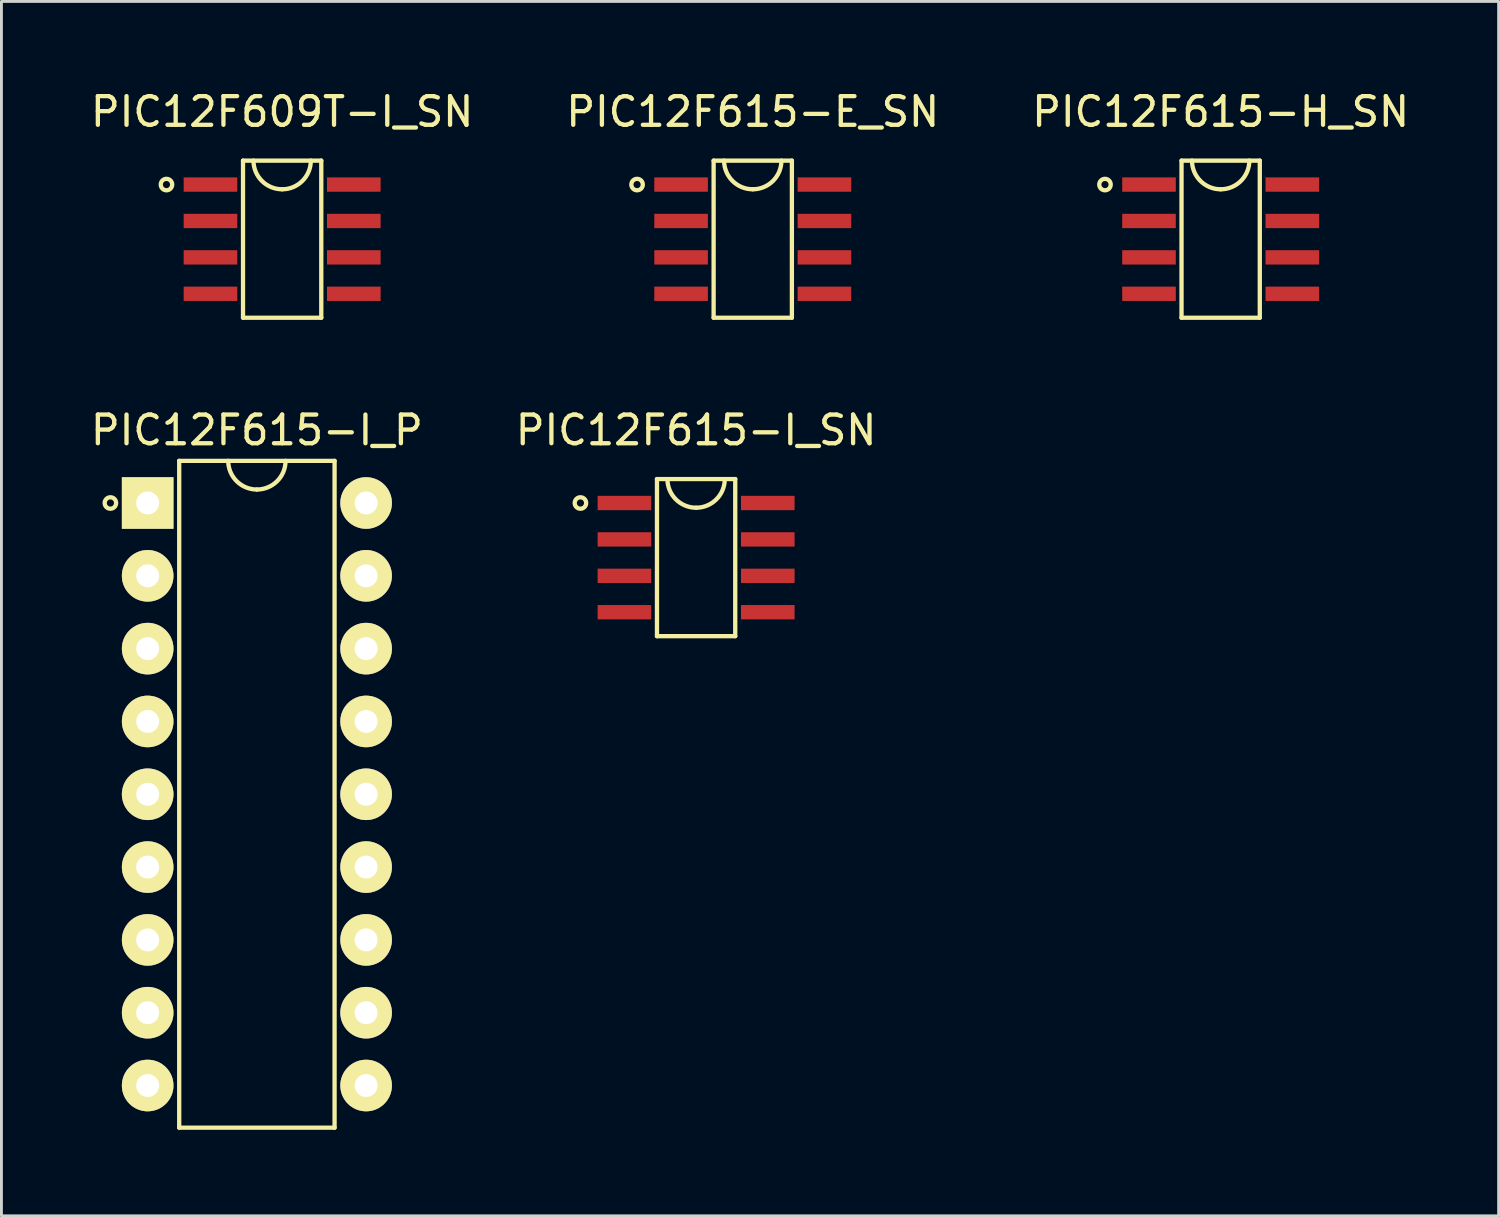
<source format=kicad_pcb>
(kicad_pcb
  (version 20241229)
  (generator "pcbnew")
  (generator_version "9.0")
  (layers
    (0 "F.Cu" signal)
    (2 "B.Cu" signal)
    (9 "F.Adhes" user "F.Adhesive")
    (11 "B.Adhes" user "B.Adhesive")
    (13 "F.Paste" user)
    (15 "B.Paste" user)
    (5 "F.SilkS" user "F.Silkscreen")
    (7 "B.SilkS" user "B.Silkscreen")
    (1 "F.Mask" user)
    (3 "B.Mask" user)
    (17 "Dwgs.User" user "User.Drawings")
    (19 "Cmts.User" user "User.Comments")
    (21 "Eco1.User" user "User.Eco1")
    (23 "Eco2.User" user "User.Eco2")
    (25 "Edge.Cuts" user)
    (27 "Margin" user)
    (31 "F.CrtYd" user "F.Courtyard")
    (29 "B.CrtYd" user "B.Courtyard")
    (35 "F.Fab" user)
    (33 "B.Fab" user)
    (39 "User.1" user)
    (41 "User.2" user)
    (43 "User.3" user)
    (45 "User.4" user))
  (footprint "PIC12F615-I_SN"
    (layer "F.Cu")
    (at 18.732 14.496)
    (property "Reference" "PIC12F615-I_SN" (at 2.5 -2.54 0) (layer "F.SilkS") (effects (font (size 1 1) (thickness 0.15))))
    (attr through_hole)
    (fp_line (start 1.135 -0.835) (end 3.865 -0.835) (stroke (width 0.15) (type solid)) (layer "F.SilkS"))
    (fp_line (start 1.135 4.645) (end 1.135 -0.835) (stroke (width 0.15) (type solid)) (layer "F.SilkS"))
    (fp_line (start 3.865 -0.835) (end 3.865 4.645) (stroke (width 0.15) (type solid)) (layer "F.SilkS"))
    (fp_line (start 3.865 4.645) (end 1.135 4.645) (stroke (width 0.15) (type solid)) (layer "F.SilkS"))
    (fp_arc (start 2.5 0.165) (mid 1.792893 -0.127893) (end 1.5 -0.835) (stroke (width 0.15) (type solid)) (layer "F.SilkS"))
    (fp_arc (start 3.5 -0.835) (mid 3.207107 -0.127893) (end 2.5 0.165) (stroke (width 0.15) (type solid)) (layer "F.SilkS"))
    (fp_circle (center -1.535 0) (end -1.535 0.2) (stroke (width 0.15) (type solid)) (fill no) (layer "F.SilkS"))
    (pad "1" smd rect (at 0 0) (size 1.87 0.5) (layers "F.Cu" "F.Mask" "F.Paste"))
    (pad "2" smd rect (at 0 1.27) (size 1.87 0.5) (layers "F.Cu" "F.Mask" "F.Paste"))
    (pad "3" smd rect (at 0 2.54) (size 1.87 0.5) (layers "F.Cu" "F.Mask" "F.Paste"))
    (pad "4" smd rect (at 0 3.81) (size 1.87 0.5) (layers "F.Cu" "F.Mask" "F.Paste"))
    (pad "5" smd rect (at 5 3.81) (size 1.87 0.5) (layers "F.Cu" "F.Mask" "F.Paste"))
    (pad "6" smd rect (at 5 2.54) (size 1.87 0.5) (layers "F.Cu" "F.Mask" "F.Paste"))
    (pad "7" smd rect (at 5 1.27) (size 1.87 0.5) (layers "F.Cu" "F.Mask" "F.Paste"))
    (pad "8" smd rect (at 5 0) (size 1.87 0.5) (layers "F.Cu" "F.Mask" "F.Paste")))
  (footprint "PIC12F615-I_P"
    (layer "F.Cu")
    (at 2.101 14.496)
    (property "Reference" "PIC12F615-I_P" (at 3.81 -2.54 0) (layer "F.SilkS") (effects (font (size 1 1) (thickness 0.15))))
    (attr through_hole)
    (fp_line (start 1.1 -1.47) (end 6.52 -1.47) (stroke (width 0.15) (type solid)) (layer "F.SilkS"))
    (fp_line (start 1.1 21.79) (end 1.1 -1.47) (stroke (width 0.15) (type solid)) (layer "F.SilkS"))
    (fp_line (start 6.52 -1.47) (end 6.52 21.79) (stroke (width 0.15) (type solid)) (layer "F.SilkS"))
    (fp_line (start 6.52 21.79) (end 1.1 21.79) (stroke (width 0.15) (type solid)) (layer "F.SilkS"))
    (fp_arc (start 3.81 -0.47) (mid 3.102893 -0.762893) (end 2.81 -1.47) (stroke (width 0.15) (type solid)) (layer "F.SilkS"))
    (fp_arc (start 4.81 -1.47) (mid 4.517107 -0.762893) (end 3.81 -0.47) (stroke (width 0.15) (type solid)) (layer "F.SilkS"))
    (fp_circle (center -1.3 0) (end -1.3 0.2) (stroke (width 0.15) (type solid)) (fill no) (layer "F.SilkS"))
    (pad "1" thru_hole rect (at 0 0) (size 1.8 1.8) (drill 0.8) (layers "*.Cu" "*.Mask" "F.SilkS"))
    (pad "2" thru_hole circle (at 0 2.54) (size 1.8 1.8) (drill 0.8) (layers "*.Cu" "*.Mask" "F.SilkS"))
    (pad "3" thru_hole circle (at 0 5.08) (size 1.8 1.8) (drill 0.8) (layers "*.Cu" "*.Mask" "F.SilkS"))
    (pad "4" thru_hole circle (at 0 7.62) (size 1.8 1.8) (drill 0.8) (layers "*.Cu" "*.Mask" "F.SilkS"))
    (pad "5" thru_hole circle (at 0 10.16) (size 1.8 1.8) (drill 0.8) (layers "*.Cu" "*.Mask" "F.SilkS"))
    (pad "6" thru_hole circle (at 0 12.7) (size 1.8 1.8) (drill 0.8) (layers "*.Cu" "*.Mask" "F.SilkS"))
    (pad "7" thru_hole circle (at 0 15.24) (size 1.8 1.8) (drill 0.8) (layers "*.Cu" "*.Mask" "F.SilkS"))
    (pad "8" thru_hole circle (at 0 17.78) (size 1.8 1.8) (drill 0.8) (layers "*.Cu" "*.Mask" "F.SilkS"))
    (pad "9" thru_hole circle (at 0 20.32) (size 1.8 1.8) (drill 0.8) (layers "*.Cu" "*.Mask" "F.SilkS"))
    (pad "10" thru_hole circle (at 7.62 20.32) (size 1.8 1.8) (drill 0.8) (layers "*.Cu" "*.Mask" "F.SilkS"))
    (pad "11" thru_hole circle (at 7.62 17.78) (size 1.8 1.8) (drill 0.8) (layers "*.Cu" "*.Mask" "F.SilkS"))
    (pad "12" thru_hole circle (at 7.62 15.24) (size 1.8 1.8) (drill 0.8) (layers "*.Cu" "*.Mask" "F.SilkS"))
    (pad "13" thru_hole circle (at 7.62 12.7) (size 1.8 1.8) (drill 0.8) (layers "*.Cu" "*.Mask" "F.SilkS"))
    (pad "14" thru_hole circle (at 7.62 10.16) (size 1.8 1.8) (drill 0.8) (layers "*.Cu" "*.Mask" "F.SilkS"))
    (pad "15" thru_hole circle (at 7.62 7.62) (size 1.8 1.8) (drill 0.8) (layers "*.Cu" "*.Mask" "F.SilkS"))
    (pad "16" thru_hole circle (at 7.62 5.08) (size 1.8 1.8) (drill 0.8) (layers "*.Cu" "*.Mask" "F.SilkS"))
    (pad "17" thru_hole circle (at 7.62 2.54) (size 1.8 1.8) (drill 0.8) (layers "*.Cu" "*.Mask" "F.SilkS"))
    (pad "18" thru_hole circle (at 7.62 0) (size 1.8 1.8) (drill 0.8) (layers "*.Cu" "*.Mask" "F.SilkS")))
  (footprint "PIC12F609T-I_SN"
    (layer "F.Cu")
    (at 4.292 3.388)
    (property "Reference" "PIC12F609T-I_SN" (at 2.5 -2.54 0) (layer "F.SilkS") (effects (font (size 1 1) (thickness 0.15))))
    (attr through_hole)
    (fp_line (start 1.135 -0.835) (end 3.865 -0.835) (stroke (width 0.15) (type solid)) (layer "F.SilkS"))
    (fp_line (start 1.135 4.645) (end 1.135 -0.835) (stroke (width 0.15) (type solid)) (layer "F.SilkS"))
    (fp_line (start 3.865 -0.835) (end 3.865 4.645) (stroke (width 0.15) (type solid)) (layer "F.SilkS"))
    (fp_line (start 3.865 4.645) (end 1.135 4.645) (stroke (width 0.15) (type solid)) (layer "F.SilkS"))
    (fp_arc (start 2.5 0.165) (mid 1.792893 -0.127893) (end 1.5 -0.835) (stroke (width 0.15) (type solid)) (layer "F.SilkS"))
    (fp_arc (start 3.5 -0.835) (mid 3.207107 -0.127893) (end 2.5 0.165) (stroke (width 0.15) (type solid)) (layer "F.SilkS"))
    (fp_circle (center -1.535 0) (end -1.535 0.2) (stroke (width 0.15) (type solid)) (fill no) (layer "F.SilkS"))
    (pad "1" smd rect (at 0 0) (size 1.87 0.5) (layers "F.Cu" "F.Mask" "F.Paste"))
    (pad "2" smd rect (at 0 1.27) (size 1.87 0.5) (layers "F.Cu" "F.Mask" "F.Paste"))
    (pad "3" smd rect (at 0 2.54) (size 1.87 0.5) (layers "F.Cu" "F.Mask" "F.Paste"))
    (pad "4" smd rect (at 0 3.81) (size 1.87 0.5) (layers "F.Cu" "F.Mask" "F.Paste"))
    (pad "5" smd rect (at 5 3.81) (size 1.87 0.5) (layers "F.Cu" "F.Mask" "F.Paste"))
    (pad "6" smd rect (at 5 2.54) (size 1.87 0.5) (layers "F.Cu" "F.Mask" "F.Paste"))
    (pad "7" smd rect (at 5 1.27) (size 1.87 0.5) (layers "F.Cu" "F.Mask" "F.Paste"))
    (pad "8" smd rect (at 5 0) (size 1.87 0.5) (layers "F.Cu" "F.Mask" "F.Paste")))
  (footprint "PIC12F615-H_SN"
    (layer "F.Cu")
    (at 37.03 3.388)
    (property "Reference" "PIC12F615-H_SN" (at 2.5 -2.54 0) (layer "F.SilkS") (effects (font (size 1 1) (thickness 0.15))))
    (attr through_hole)
    (fp_line (start 1.135 -0.835) (end 3.865 -0.835) (stroke (width 0.15) (type solid)) (layer "F.SilkS"))
    (fp_line (start 1.135 4.645) (end 1.135 -0.835) (stroke (width 0.15) (type solid)) (layer "F.SilkS"))
    (fp_line (start 3.865 -0.835) (end 3.865 4.645) (stroke (width 0.15) (type solid)) (layer "F.SilkS"))
    (fp_line (start 3.865 4.645) (end 1.135 4.645) (stroke (width 0.15) (type solid)) (layer "F.SilkS"))
    (fp_arc (start 2.5 0.165) (mid 1.792893 -0.127893) (end 1.5 -0.835) (stroke (width 0.15) (type solid)) (layer "F.SilkS"))
    (fp_arc (start 3.5 -0.835) (mid 3.207107 -0.127893) (end 2.5 0.165) (stroke (width 0.15) (type solid)) (layer "F.SilkS"))
    (fp_circle (center -1.535 0) (end -1.535 0.2) (stroke (width 0.15) (type solid)) (fill no) (layer "F.SilkS"))
    (pad "1" smd rect (at 0 0) (size 1.87 0.5) (layers "F.Cu" "F.Mask" "F.Paste"))
    (pad "2" smd rect (at 0 1.27) (size 1.87 0.5) (layers "F.Cu" "F.Mask" "F.Paste"))
    (pad "3" smd rect (at 0 2.54) (size 1.87 0.5) (layers "F.Cu" "F.Mask" "F.Paste"))
    (pad "4" smd rect (at 0 3.81) (size 1.87 0.5) (layers "F.Cu" "F.Mask" "F.Paste"))
    (pad "5" smd rect (at 5 3.81) (size 1.87 0.5) (layers "F.Cu" "F.Mask" "F.Paste"))
    (pad "6" smd rect (at 5 2.54) (size 1.87 0.5) (layers "F.Cu" "F.Mask" "F.Paste"))
    (pad "7" smd rect (at 5 1.27) (size 1.87 0.5) (layers "F.Cu" "F.Mask" "F.Paste"))
    (pad "8" smd rect (at 5 0) (size 1.87 0.5) (layers "F.Cu" "F.Mask" "F.Paste")))
  (footprint "PIC12F615-E_SN"
    (layer "F.Cu")
    (at 20.708 3.388)
    (property "Reference" "PIC12F615-E_SN" (at 2.5 -2.54 0) (layer "F.SilkS") (effects (font (size 1 1) (thickness 0.15))))
    (attr through_hole)
    (fp_line (start 1.135 -0.835) (end 3.865 -0.835) (stroke (width 0.15) (type solid)) (layer "F.SilkS"))
    (fp_line (start 1.135 4.645) (end 1.135 -0.835) (stroke (width 0.15) (type solid)) (layer "F.SilkS"))
    (fp_line (start 3.865 -0.835) (end 3.865 4.645) (stroke (width 0.15) (type solid)) (layer "F.SilkS"))
    (fp_line (start 3.865 4.645) (end 1.135 4.645) (stroke (width 0.15) (type solid)) (layer "F.SilkS"))
    (fp_arc (start 2.5 0.165) (mid 1.792893 -0.127893) (end 1.5 -0.835) (stroke (width 0.15) (type solid)) (layer "F.SilkS"))
    (fp_arc (start 3.5 -0.835) (mid 3.207107 -0.127893) (end 2.5 0.165) (stroke (width 0.15) (type solid)) (layer "F.SilkS"))
    (fp_circle (center -1.535 0) (end -1.535 0.2) (stroke (width 0.15) (type solid)) (fill no) (layer "F.SilkS"))
    (pad "1" smd rect (at 0 0) (size 1.87 0.5) (layers "F.Cu" "F.Mask" "F.Paste"))
    (pad "2" smd rect (at 0 1.27) (size 1.87 0.5) (layers "F.Cu" "F.Mask" "F.Paste"))
    (pad "3" smd rect (at 0 2.54) (size 1.87 0.5) (layers "F.Cu" "F.Mask" "F.Paste"))
    (pad "4" smd rect (at 0 3.81) (size 1.87 0.5) (layers "F.Cu" "F.Mask" "F.Paste"))
    (pad "5" smd rect (at 5 3.81) (size 1.87 0.5) (layers "F.Cu" "F.Mask" "F.Paste"))
    (pad "6" smd rect (at 5 2.54) (size 1.87 0.5) (layers "F.Cu" "F.Mask" "F.Paste"))
    (pad "7" smd rect (at 5 1.27) (size 1.87 0.5) (layers "F.Cu" "F.Mask" "F.Paste"))
    (pad "8" smd rect (at 5 0) (size 1.87 0.5) (layers "F.Cu" "F.Mask" "F.Paste")))
  (gr_rect
    (start -3 -3)
    (end 49.226 39.361)
    (stroke (width 0.1) (type default))
    (fill no)
    (layer "Edge.Cuts")))
</source>
